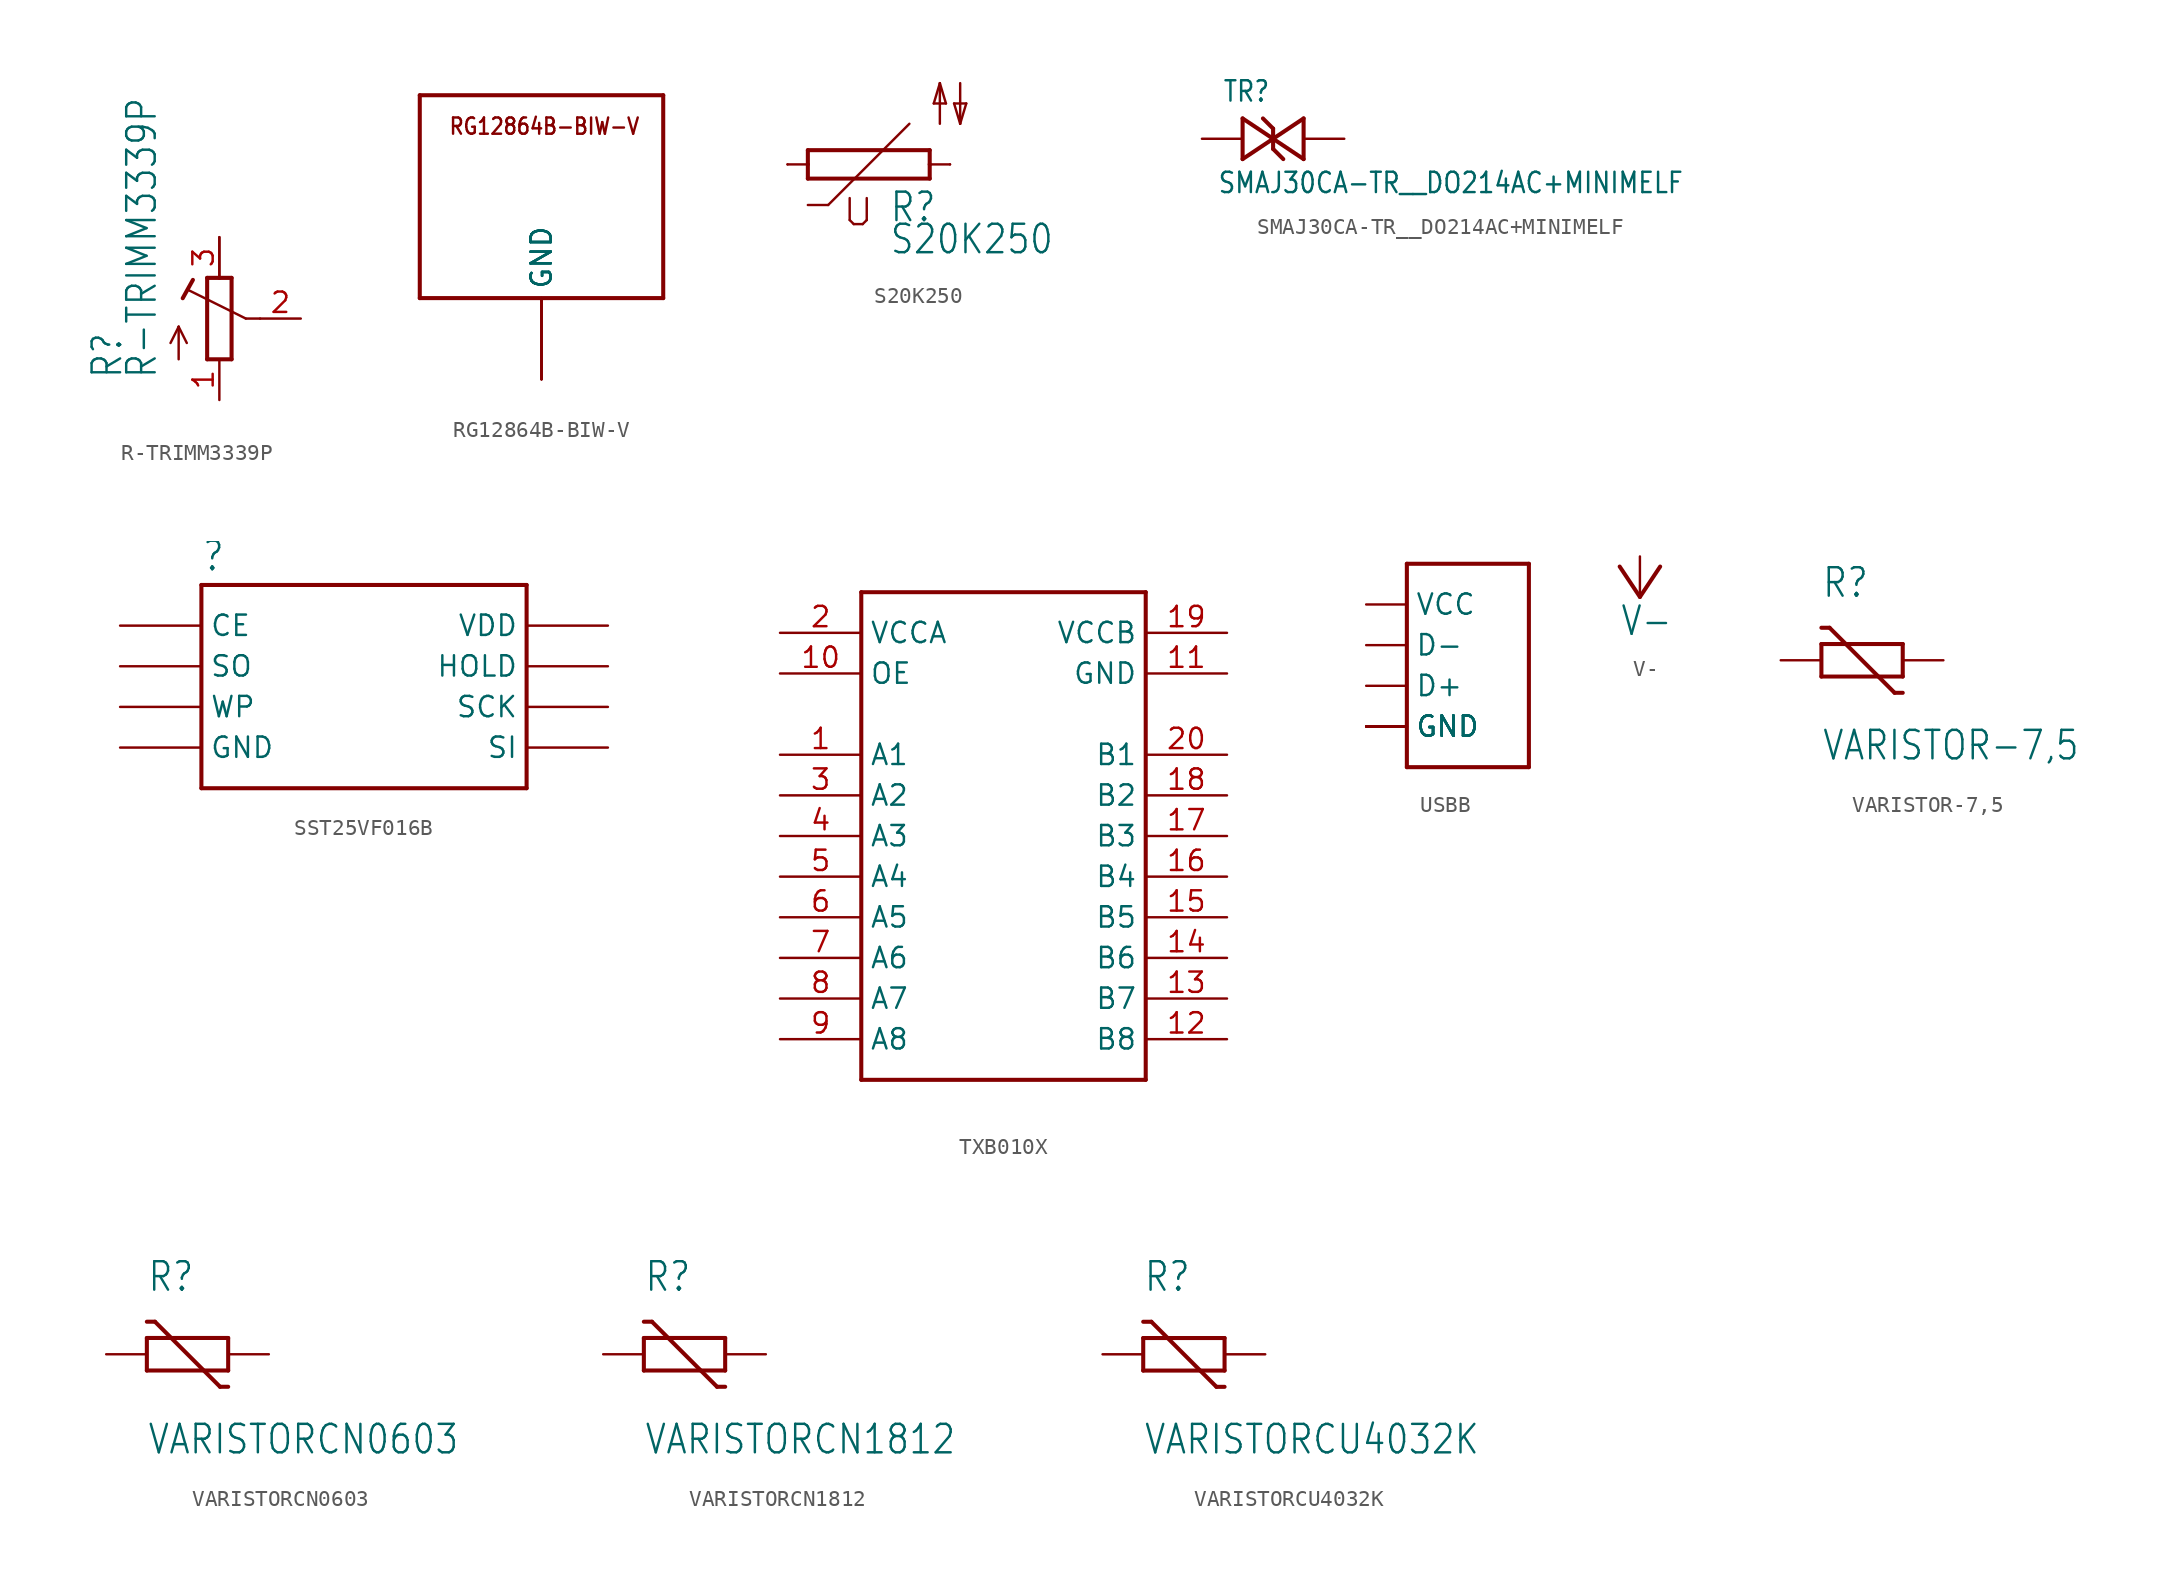
<source format=kicad_sym>
(kicad_symbol_lib
  (version 20211014)
  (generator kicad_symbol_editor)
  (symbol "R-TRIMM3339P"
    (property "Reference" "R"
      (at -5.969 -3.81 90)
      (effects (font (size 1.778 1.511)) (justify left bottom)))
    (property "Value" "R-TRIMM3339P"
      (at -3.81 -3.81 90)
      (effects (font (size 1.778 1.511)) (justify left bottom)))
    (property "ki_locked" ""
      (at 0 0 0)
      (effects (font (size 1.27 1.27))))
    (symbol "R-TRIMM3339P_1_0"
      (polyline (pts (xy -2.54 -2.54) (xy -2.54 -0.508)) (stroke (width 0.152) (type default) (color 0 0 0 0)) (fill (type none)))
      (polyline (pts (xy -2.54 -0.508) (xy -3.048 -1.524)) (stroke (width 0.152) (type default) (color 0 0 0 0)) (fill (type none)))
      (polyline (pts (xy -2.54 -0.508) (xy -2.032 -1.524)) (stroke (width 0.152) (type default) (color 0 0 0 0)) (fill (type none)))
      (polyline (pts (xy -2.286 1.27) (xy -1.651 2.413)) (stroke (width 0.254) (type default) (color 0 0 0 0)) (fill (type none)))
      (polyline (pts (xy -0.762 -2.54) (xy 0.762 -2.54)) (stroke (width 0.254) (type default) (color 0 0 0 0)) (fill (type none)))
      (polyline (pts (xy -0.762 2.54) (xy -0.762 -2.54)) (stroke (width 0.254) (type default) (color 0 0 0 0)) (fill (type none)))
      (polyline (pts (xy 0 2.54) (xy -0.762 2.54)) (stroke (width 0.254) (type default) (color 0 0 0 0)) (fill (type none)))
      (polyline (pts (xy 0 2.54) (xy 0 5.08)) (stroke (width 0.152) (type default) (color 0 0 0 0)) (fill (type none)))
      (polyline (pts (xy 0.762 -2.54) (xy 0.762 2.54)) (stroke (width 0.254) (type default) (color 0 0 0 0)) (fill (type none)))
      (polyline (pts (xy 0.762 2.54) (xy 0 2.54)) (stroke (width 0.254) (type default) (color 0 0 0 0)) (fill (type none)))
      (polyline (pts (xy 1.651 0) (xy -1.88 1.753)) (stroke (width 0.152) (type default) (color 0 0 0 0)) (fill (type none)))
      (polyline (pts (xy 2.54 0) (xy 1.651 0)) (stroke (width 0.152) (type default) (color 0 0 0 0)) (fill (type none)))
      (pin passive line (at 0 -5.08 90) (length 2.54) (name "A" (effects (font (size 0 0)))) (number "1" (effects (font (size 1.27 1.27)))))
      (pin passive line (at 5.08 0 180) (length 2.54) (name "S" (effects (font (size 0 0)))) (number "2" (effects (font (size 1.27 1.27)))))
      (pin passive line (at 0 5.08 270) (length 2.54) (name "E" (effects (font (size 0 0)))) (number "3" (effects (font (size 1.27 1.27)))))))
  (symbol "RG12864B-BIW-V"
    (property "Reference" ""
      (at 0 0 0)
      (effects (font (size 1.27 1.27)) hide))
    (property "ki_locked" ""
      (at 0 0 0)
      (effects (font (size 1.27 1.27))))
    (symbol "RG12864B-BIW-V_1_0"
      (polyline (pts (xy -7.62 -7.62) (xy 7.62 -7.62)) (stroke (width 0.254) (type default) (color 0 0 0 0)) (fill (type none)))
      (polyline (pts (xy -7.62 5.08) (xy -7.62 -7.62)) (stroke (width 0.254) (type default) (color 0 0 0 0)) (fill (type none)))
      (polyline (pts (xy 7.62 -7.62) (xy 7.62 5.08)) (stroke (width 0.254) (type default) (color 0 0 0 0)) (fill (type none)))
      (polyline (pts (xy 7.62 5.08) (xy -7.62 5.08)) (stroke (width 0.254) (type default) (color 0 0 0 0)) (fill (type none)))
      (text "RG12864B-BIW-V" (at -5.842 2.54 0) (effects (font (size 1.016 0.864)) (justify left bottom)))
      (pin bidirectional line (at 0 -12.7 90) (length 5.08) (name "GND" (effects (font (size 1.27 1.27)))) (number "P$1" (effects (font (size 0 0)))))
      (pin bidirectional line (at 0 -12.7 90) (length 5.08) (name "GND" (effects (font (size 1.27 1.27)))) (number "P$2" (effects (font (size 0 0)))))
      (pin bidirectional line (at 0 -12.7 90) (length 5.08) (name "GND" (effects (font (size 1.27 1.27)))) (number "P$3" (effects (font (size 0 0)))))
      (pin bidirectional line (at 0 -12.7 90) (length 5.08) (name "GND" (effects (font (size 1.27 1.27)))) (number "P$4" (effects (font (size 0 0)))))))
  (symbol "S20K250"
    (property "Reference" "R"
      (at 1.27 -3.708 0)
      (effects (font (size 1.778 1.511)) (justify left bottom)))
    (property "Value" "S20K250"
      (at 1.27 -5.715 0)
      (effects (font (size 1.778 1.511)) (justify left bottom)))
    (property "ki_locked" ""
      (at 0 0 0)
      (effects (font (size 1.27 1.27))))
    (symbol "S20K250_1_0"
      (polyline (pts (xy -5.08 0) (xy -3.81 0)) (stroke (width 0.152) (type default) (color 0 0 0 0)) (fill (type none)))
      (polyline (pts (xy -3.81 -0.889) (xy -3.81 0)) (stroke (width 0.254) (type default) (color 0 0 0 0)) (fill (type none)))
      (polyline (pts (xy -3.81 -0.889) (xy 3.81 -0.889)) (stroke (width 0.254) (type default) (color 0 0 0 0)) (fill (type none)))
      (polyline (pts (xy -3.81 0) (xy -3.81 0.889)) (stroke (width 0.254) (type default) (color 0 0 0 0)) (fill (type none)))
      (polyline (pts (xy -2.54 -2.54) (xy -3.81 -2.54)) (stroke (width 0.152) (type default) (color 0 0 0 0)) (fill (type none)))
      (polyline (pts (xy -1.194 -2.108) (xy -1.194 -3.48)) (stroke (width 0.152) (type default) (color 0 0 0 0)) (fill (type none)))
      (polyline (pts (xy -0.94 -3.734) (xy -1.194 -3.48)) (stroke (width 0.152) (type default) (color 0 0 0 0)) (fill (type none)))
      (polyline (pts (xy -0.94 -3.734) (xy -0.381 -3.734)) (stroke (width 0.152) (type default) (color 0 0 0 0)) (fill (type none)))
      (polyline (pts (xy -0.127 -3.48) (xy -0.381 -3.734)) (stroke (width 0.152) (type default) (color 0 0 0 0)) (fill (type none)))
      (polyline (pts (xy -0.127 -3.48) (xy -0.127 -2.108)) (stroke (width 0.152) (type default) (color 0 0 0 0)) (fill (type none)))
      (polyline (pts (xy 2.54 2.54) (xy -2.54 -2.54)) (stroke (width 0.152) (type default) (color 0 0 0 0)) (fill (type none)))
      (polyline (pts (xy 3.81 -0.889) (xy 3.81 0)) (stroke (width 0.254) (type default) (color 0 0 0 0)) (fill (type none)))
      (polyline (pts (xy 3.81 0) (xy 3.81 0.889)) (stroke (width 0.254) (type default) (color 0 0 0 0)) (fill (type none)))
      (polyline (pts (xy 3.81 0) (xy 5.08 0)) (stroke (width 0.152) (type default) (color 0 0 0 0)) (fill (type none)))
      (polyline (pts (xy 3.81 0.889) (xy -3.81 0.889)) (stroke (width 0.254) (type default) (color 0 0 0 0)) (fill (type none)))
      (polyline (pts (xy 4.064 3.81) (xy 4.445 5.08)) (stroke (width 0.152) (type default) (color 0 0 0 0)) (fill (type none)))
      (polyline (pts (xy 4.445 2.54) (xy 4.445 5.08)) (stroke (width 0.152) (type default) (color 0 0 0 0)) (fill (type none)))
      (polyline (pts (xy 4.445 5.08) (xy 4.826 3.81)) (stroke (width 0.152) (type default) (color 0 0 0 0)) (fill (type none)))
      (polyline (pts (xy 4.826 3.81) (xy 4.064 3.81)) (stroke (width 0.152) (type default) (color 0 0 0 0)) (fill (type none)))
      (polyline (pts (xy 5.334 3.81) (xy 5.715 2.54)) (stroke (width 0.152) (type default) (color 0 0 0 0)) (fill (type none)))
      (polyline (pts (xy 5.715 2.54) (xy 6.096 3.81)) (stroke (width 0.152) (type default) (color 0 0 0 0)) (fill (type none)))
      (polyline (pts (xy 5.715 5.08) (xy 5.715 2.54)) (stroke (width 0.152) (type default) (color 0 0 0 0)) (fill (type none)))
      (polyline (pts (xy 6.096 3.81) (xy 5.334 3.81)) (stroke (width 0.152) (type default) (color 0 0 0 0)) (fill (type none)))
      (pin passive line (at -5.08 0 0) (length 0) (name "1" (effects (font (size 0 0)))) (number "1" (effects (font (size 0 0)))))
      (pin passive line (at 5.08 0 180) (length 0) (name "2" (effects (font (size 0 0)))) (number "2" (effects (font (size 0 0)))))))
  (symbol "SMAJ30CA-TR__DO214AC+MINIMELF"
    (property "Reference" "TR"
      (at -3.175 2.223 0)
      (effects (font (size 1.27 1.079)) (justify left bottom)))
    (property "Value" "SMAJ30CA-TR__DO214AC+MINIMELF"
      (at -3.493 -3.493 0)
      (effects (font (size 1.27 1.079)) (justify left bottom)))
    (property "ki_locked" ""
      (at 0 0 0)
      (effects (font (size 1.27 1.27))))
    (symbol "SMAJ30CA-TR__DO214AC+MINIMELF_1_0"
      (polyline (pts (xy -1.905 -1.27) (xy -1.905 1.27)) (stroke (width 0.254) (type default) (color 0 0 0 0)) (fill (type none)))
      (polyline (pts (xy 0 -0.635) (xy 0.635 -1.27)) (stroke (width 0.254) (type default) (color 0 0 0 0)) (fill (type none)))
      (polyline (pts (xy 0 0) (xy -1.905 -1.27)) (stroke (width 0.254) (type default) (color 0 0 0 0)) (fill (type none)))
      (polyline (pts (xy 0 0) (xy -1.905 1.27)) (stroke (width 0.254) (type default) (color 0 0 0 0)) (fill (type none)))
      (polyline (pts (xy 0 0) (xy 0 -0.635)) (stroke (width 0.254) (type default) (color 0 0 0 0)) (fill (type none)))
      (polyline (pts (xy 0 0) (xy 0 0.635)) (stroke (width 0.254) (type default) (color 0 0 0 0)) (fill (type none)))
      (polyline (pts (xy 0 0) (xy 1.905 -1.27)) (stroke (width 0.254) (type default) (color 0 0 0 0)) (fill (type none)))
      (polyline (pts (xy 0 0) (xy 1.905 1.27)) (stroke (width 0.254) (type default) (color 0 0 0 0)) (fill (type none)))
      (polyline (pts (xy 0 0.635) (xy -0.635 1.27)) (stroke (width 0.254) (type default) (color 0 0 0 0)) (fill (type none)))
      (polyline (pts (xy 1.905 -1.27) (xy 1.905 1.27)) (stroke (width 0.254) (type default) (color 0 0 0 0)) (fill (type none)))
      (pin passive line (at -4.445 0 0) (length 2.54) (name "P$1" (effects (font (size 0 0)))) (number "P$1" (effects (font (size 0 0)))))
      (pin passive line (at 4.445 0 180) (length 2.54) (name "P$2" (effects (font (size 0 0)))) (number "P$2" (effects (font (size 0 0)))))))
  (symbol "SST25VF016B"
    (property "Reference" ""
      (at -10.16 5.842 0)
      (effects (font (size 1.778 1.511)) (justify left bottom)))
    (property "ki_locked" ""
      (at 0 0 0)
      (effects (font (size 1.27 1.27))))
    (symbol "SST25VF016B_1_0"
      (polyline (pts (xy -10.16 -7.62) (xy 10.16 -7.62)) (stroke (width 0.254) (type default) (color 0 0 0 0)) (fill (type none)))
      (polyline (pts (xy -10.16 5.08) (xy -10.16 -7.62)) (stroke (width 0.254) (type default) (color 0 0 0 0)) (fill (type none)))
      (polyline (pts (xy 10.16 -7.62) (xy 10.16 5.08)) (stroke (width 0.254) (type default) (color 0 0 0 0)) (fill (type none)))
      (polyline (pts (xy 10.16 5.08) (xy -10.16 5.08)) (stroke (width 0.254) (type default) (color 0 0 0 0)) (fill (type none)))
      (pin bidirectional line (at -15.24 2.54 0) (length 5.08) (name "CE" (effects (font (size 1.27 1.27)))) (number "1" (effects (font (size 0 0)))))
      (pin bidirectional line (at -15.24 0 0) (length 5.08) (name "SO" (effects (font (size 1.27 1.27)))) (number "2" (effects (font (size 0 0)))))
      (pin bidirectional line (at -15.24 -2.54 0) (length 5.08) (name "WP" (effects (font (size 1.27 1.27)))) (number "3" (effects (font (size 0 0)))))
      (pin bidirectional line (at -15.24 -5.08 0) (length 5.08) (name "GND" (effects (font (size 1.27 1.27)))) (number "4" (effects (font (size 0 0)))))
      (pin bidirectional line (at 15.24 -5.08 180) (length 5.08) (name "SI" (effects (font (size 1.27 1.27)))) (number "5" (effects (font (size 0 0)))))
      (pin bidirectional line (at 15.24 -2.54 180) (length 5.08) (name "SCK" (effects (font (size 1.27 1.27)))) (number "6" (effects (font (size 0 0)))))
      (pin bidirectional line (at 15.24 0 180) (length 5.08) (name "HOLD" (effects (font (size 1.27 1.27)))) (number "7" (effects (font (size 0 0)))))
      (pin bidirectional line (at 15.24 2.54 180) (length 5.08) (name "VDD" (effects (font (size 1.27 1.27)))) (number "8" (effects (font (size 0 0)))))))
  (symbol "TXB010X"
    (property "Reference" ""
      (at 0 0 0)
      (effects (font (size 1.27 1.27)) hide))
    (property "ki_locked" ""
      (at 0 0 0)
      (effects (font (size 1.27 1.27))))
    (symbol "TXB010X_1_0"
      (polyline (pts (xy -10.16 -27.94) (xy -10.16 2.54)) (stroke (width 0.254) (type default) (color 0 0 0 0)) (fill (type none)))
      (polyline (pts (xy -10.16 2.54) (xy 7.62 2.54)) (stroke (width 0.254) (type default) (color 0 0 0 0)) (fill (type none)))
      (polyline (pts (xy 7.62 -27.94) (xy -10.16 -27.94)) (stroke (width 0.254) (type default) (color 0 0 0 0)) (fill (type none)))
      (polyline (pts (xy 7.62 2.54) (xy 7.62 -27.94)) (stroke (width 0.254) (type default) (color 0 0 0 0)) (fill (type none)))
      (pin bidirectional line (at -15.24 -7.62 0) (length 5.08) (name "A1" (effects (font (size 1.27 1.27)))) (number "1" (effects (font (size 1.27 1.27)))))
      (pin bidirectional line (at -15.24 -2.54 0) (length 5.08) (name "OE" (effects (font (size 1.27 1.27)))) (number "10" (effects (font (size 1.27 1.27)))))
      (pin bidirectional line (at 12.7 -2.54 180) (length 5.08) (name "GND" (effects (font (size 1.27 1.27)))) (number "11" (effects (font (size 1.27 1.27)))))
      (pin bidirectional line (at 12.7 -25.4 180) (length 5.08) (name "B8" (effects (font (size 1.27 1.27)))) (number "12" (effects (font (size 1.27 1.27)))))
      (pin bidirectional line (at 12.7 -22.86 180) (length 5.08) (name "B7" (effects (font (size 1.27 1.27)))) (number "13" (effects (font (size 1.27 1.27)))))
      (pin bidirectional line (at 12.7 -20.32 180) (length 5.08) (name "B6" (effects (font (size 1.27 1.27)))) (number "14" (effects (font (size 1.27 1.27)))))
      (pin bidirectional line (at 12.7 -17.78 180) (length 5.08) (name "B5" (effects (font (size 1.27 1.27)))) (number "15" (effects (font (size 1.27 1.27)))))
      (pin bidirectional line (at 12.7 -15.24 180) (length 5.08) (name "B4" (effects (font (size 1.27 1.27)))) (number "16" (effects (font (size 1.27 1.27)))))
      (pin bidirectional line (at 12.7 -12.7 180) (length 5.08) (name "B3" (effects (font (size 1.27 1.27)))) (number "17" (effects (font (size 1.27 1.27)))))
      (pin bidirectional line (at 12.7 -10.16 180) (length 5.08) (name "B2" (effects (font (size 1.27 1.27)))) (number "18" (effects (font (size 1.27 1.27)))))
      (pin bidirectional line (at 12.7 0 180) (length 5.08) (name "VCCB" (effects (font (size 1.27 1.27)))) (number "19" (effects (font (size 1.27 1.27)))))
      (pin bidirectional line (at -15.24 0 0) (length 5.08) (name "VCCA" (effects (font (size 1.27 1.27)))) (number "2" (effects (font (size 1.27 1.27)))))
      (pin bidirectional line (at 12.7 -7.62 180) (length 5.08) (name "B1" (effects (font (size 1.27 1.27)))) (number "20" (effects (font (size 1.27 1.27)))))
      (pin bidirectional line (at -15.24 -10.16 0) (length 5.08) (name "A2" (effects (font (size 1.27 1.27)))) (number "3" (effects (font (size 1.27 1.27)))))
      (pin bidirectional line (at -15.24 -12.7 0) (length 5.08) (name "A3" (effects (font (size 1.27 1.27)))) (number "4" (effects (font (size 1.27 1.27)))))
      (pin bidirectional line (at -15.24 -15.24 0) (length 5.08) (name "A4" (effects (font (size 1.27 1.27)))) (number "5" (effects (font (size 1.27 1.27)))))
      (pin bidirectional line (at -15.24 -17.78 0) (length 5.08) (name "A5" (effects (font (size 1.27 1.27)))) (number "6" (effects (font (size 1.27 1.27)))))
      (pin bidirectional line (at -15.24 -20.32 0) (length 5.08) (name "A6" (effects (font (size 1.27 1.27)))) (number "7" (effects (font (size 1.27 1.27)))))
      (pin bidirectional line (at -15.24 -22.86 0) (length 5.08) (name "A7" (effects (font (size 1.27 1.27)))) (number "8" (effects (font (size 1.27 1.27)))))
      (pin bidirectional line (at -15.24 -25.4 0) (length 5.08) (name "A8" (effects (font (size 1.27 1.27)))) (number "9" (effects (font (size 1.27 1.27)))))))
  (symbol "USBB"
    (property "Reference" ""
      (at 0 0 0)
      (effects (font (size 1.27 1.27)) hide))
    (property "ki_locked" ""
      (at 0 0 0)
      (effects (font (size 1.27 1.27))))
    (symbol "USBB_1_0"
      (polyline (pts (xy -2.54 -5.08) (xy 5.08 -5.08)) (stroke (width 0.254) (type default) (color 0 0 0 0)) (fill (type none)))
      (polyline (pts (xy -2.54 7.62) (xy -2.54 -5.08)) (stroke (width 0.254) (type default) (color 0 0 0 0)) (fill (type none)))
      (polyline (pts (xy 5.08 -5.08) (xy 5.08 7.62)) (stroke (width 0.254) (type default) (color 0 0 0 0)) (fill (type none)))
      (polyline (pts (xy 5.08 7.62) (xy -2.54 7.62)) (stroke (width 0.254) (type default) (color 0 0 0 0)) (fill (type none)))
      (pin bidirectional line (at -5.08 0 0) (length 2.54) (name "D+" (effects (font (size 1.27 1.27)))) (number "D+" (effects (font (size 0 0)))))
      (pin bidirectional line (at -5.08 2.54 0) (length 2.54) (name "D-" (effects (font (size 1.27 1.27)))) (number "D-" (effects (font (size 0 0)))))
      (pin bidirectional line (at -5.08 -2.54 0) (length 2.54) (name "GND" (effects (font (size 1.27 1.27)))) (number "GND1" (effects (font (size 0 0)))))
      (pin bidirectional line (at -5.08 -2.54 0) (length 2.54) (name "GND" (effects (font (size 1.27 1.27)))) (number "GND2" (effects (font (size 0 0)))))
      (pin bidirectional line (at -5.08 -2.54 0) (length 2.54) (name "GND" (effects (font (size 1.27 1.27)))) (number "GND3" (effects (font (size 0 0)))))
      (pin bidirectional line (at -5.08 -2.54 0) (length 2.54) (name "GND" (effects (font (size 1.27 1.27)))) (number "GND4" (effects (font (size 0 0)))))
      (pin bidirectional line (at -5.08 -2.54 0) (length 2.54) (name "GND" (effects (font (size 1.27 1.27)))) (number "GND5" (effects (font (size 0 0)))))
      (pin bidirectional line (at -5.08 -2.54 0) (length 2.54) (name "GND" (effects (font (size 1.27 1.27)))) (number "GND6" (effects (font (size 0 0)))))
      (pin bidirectional line (at -5.08 5.08 0) (length 2.54) (name "VCC" (effects (font (size 1.27 1.27)))) (number "VCC" (effects (font (size 0 0)))))))
  (symbol "V-"
    (power)
    (property "Reference" "#SUPPLY"
      (at 0 0 0)
      (effects (font (size 1.27 1.27)) hide))
    (property "Value" "V-"
      (at -1.27 -2.54 0)
      (effects (font (size 1.778 1.511)) (justify left bottom)))
    (property "ki_locked" ""
      (at 0 0 0)
      (effects (font (size 1.27 1.27))))
    (symbol "V-_1_0"
      (polyline (pts (xy -1.27 1.905) (xy 0 0)) (stroke (width 0.254) (type default) (color 0 0 0 0)) (fill (type none)))
      (polyline (pts (xy 0 0) (xy 1.27 1.905)) (stroke (width 0.254) (type default) (color 0 0 0 0)) (fill (type none)))
      (pin power_in line (at 0 2.54 270) (length 2.54) (name "V-" (effects (font (size 0 0)))) (number "1" (effects (font (size 0 0)))))))
  (symbol "VARISTOR-7,5"
    (property "Reference" "R"
      (at -2.54 3.81 0)
      (effects (font (size 1.778 1.511)) (justify left bottom)))
    (property "Value" "VARISTOR-7,5"
      (at -2.54 -6.35 0)
      (effects (font (size 1.778 1.511)) (justify left bottom)))
    (property "ki_locked" ""
      (at 0 0 0)
      (effects (font (size 1.27 1.27))))
    (symbol "VARISTOR-7,5_1_0"
      (polyline (pts (xy -2.54 -1.016) (xy -2.54 1.016)) (stroke (width 0.254) (type default) (color 0 0 0 0)) (fill (type none)))
      (polyline (pts (xy -2.54 1.016) (xy 2.54 1.016)) (stroke (width 0.254) (type default) (color 0 0 0 0)) (fill (type none)))
      (polyline (pts (xy -2.032 2.032) (xy -2.54 2.032)) (stroke (width 0.254) (type default) (color 0 0 0 0)) (fill (type none)))
      (polyline (pts (xy 2.032 -2.032) (xy -2.032 2.032)) (stroke (width 0.254) (type default) (color 0 0 0 0)) (fill (type none)))
      (polyline (pts (xy 2.54 -2.032) (xy 2.032 -2.032)) (stroke (width 0.254) (type default) (color 0 0 0 0)) (fill (type none)))
      (polyline (pts (xy 2.54 -1.016) (xy -2.54 -1.016)) (stroke (width 0.254) (type default) (color 0 0 0 0)) (fill (type none)))
      (polyline (pts (xy 2.54 1.016) (xy 2.54 -1.016)) (stroke (width 0.254) (type default) (color 0 0 0 0)) (fill (type none)))
      (pin passive line (at 5.08 0 180) (length 2.54) (name "1" (effects (font (size 0 0)))) (number "1" (effects (font (size 0 0)))))
      (pin passive line (at -5.08 0 0) (length 2.54) (name "2" (effects (font (size 0 0)))) (number "2" (effects (font (size 0 0)))))))
  (symbol "VARISTORCN0603"
    (property "Reference" "R"
      (at -2.54 3.81 0)
      (effects (font (size 1.778 1.511)) (justify left bottom)))
    (property "Value" "VARISTORCN0603"
      (at -2.54 -6.35 0)
      (effects (font (size 1.778 1.511)) (justify left bottom)))
    (property "ki_locked" ""
      (at 0 0 0)
      (effects (font (size 1.27 1.27))))
    (symbol "VARISTORCN0603_1_0"
      (polyline (pts (xy -2.54 -1.016) (xy -2.54 1.016)) (stroke (width 0.254) (type default) (color 0 0 0 0)) (fill (type none)))
      (polyline (pts (xy -2.54 1.016) (xy 2.54 1.016)) (stroke (width 0.254) (type default) (color 0 0 0 0)) (fill (type none)))
      (polyline (pts (xy -2.032 2.032) (xy -2.54 2.032)) (stroke (width 0.254) (type default) (color 0 0 0 0)) (fill (type none)))
      (polyline (pts (xy 2.032 -2.032) (xy -2.032 2.032)) (stroke (width 0.254) (type default) (color 0 0 0 0)) (fill (type none)))
      (polyline (pts (xy 2.54 -2.032) (xy 2.032 -2.032)) (stroke (width 0.254) (type default) (color 0 0 0 0)) (fill (type none)))
      (polyline (pts (xy 2.54 -1.016) (xy -2.54 -1.016)) (stroke (width 0.254) (type default) (color 0 0 0 0)) (fill (type none)))
      (polyline (pts (xy 2.54 1.016) (xy 2.54 -1.016)) (stroke (width 0.254) (type default) (color 0 0 0 0)) (fill (type none)))
      (pin passive line (at 5.08 0 180) (length 2.54) (name "1" (effects (font (size 0 0)))) (number "1" (effects (font (size 0 0)))))
      (pin passive line (at -5.08 0 0) (length 2.54) (name "2" (effects (font (size 0 0)))) (number "2" (effects (font (size 0 0)))))))
  (symbol "VARISTORCN1812"
    (property "Reference" "R"
      (at -2.54 3.81 0)
      (effects (font (size 1.778 1.511)) (justify left bottom)))
    (property "Value" "VARISTORCN1812"
      (at -2.54 -6.35 0)
      (effects (font (size 1.778 1.511)) (justify left bottom)))
    (property "ki_locked" ""
      (at 0 0 0)
      (effects (font (size 1.27 1.27))))
    (symbol "VARISTORCN1812_1_0"
      (polyline (pts (xy -2.54 -1.016) (xy -2.54 1.016)) (stroke (width 0.254) (type default) (color 0 0 0 0)) (fill (type none)))
      (polyline (pts (xy -2.54 1.016) (xy 2.54 1.016)) (stroke (width 0.254) (type default) (color 0 0 0 0)) (fill (type none)))
      (polyline (pts (xy -2.032 2.032) (xy -2.54 2.032)) (stroke (width 0.254) (type default) (color 0 0 0 0)) (fill (type none)))
      (polyline (pts (xy 2.032 -2.032) (xy -2.032 2.032)) (stroke (width 0.254) (type default) (color 0 0 0 0)) (fill (type none)))
      (polyline (pts (xy 2.54 -2.032) (xy 2.032 -2.032)) (stroke (width 0.254) (type default) (color 0 0 0 0)) (fill (type none)))
      (polyline (pts (xy 2.54 -1.016) (xy -2.54 -1.016)) (stroke (width 0.254) (type default) (color 0 0 0 0)) (fill (type none)))
      (polyline (pts (xy 2.54 1.016) (xy 2.54 -1.016)) (stroke (width 0.254) (type default) (color 0 0 0 0)) (fill (type none)))
      (pin passive line (at 5.08 0 180) (length 2.54) (name "1" (effects (font (size 0 0)))) (number "1" (effects (font (size 0 0)))))
      (pin passive line (at -5.08 0 0) (length 2.54) (name "2" (effects (font (size 0 0)))) (number "2" (effects (font (size 0 0)))))))
  (symbol "VARISTORCU4032K"
    (property "Reference" "R"
      (at -2.54 3.81 0)
      (effects (font (size 1.778 1.511)) (justify left bottom)))
    (property "Value" "VARISTORCU4032K"
      (at -2.54 -6.35 0)
      (effects (font (size 1.778 1.511)) (justify left bottom)))
    (property "ki_locked" ""
      (at 0 0 0)
      (effects (font (size 1.27 1.27))))
    (symbol "VARISTORCU4032K_1_0"
      (polyline (pts (xy -2.54 -1.016) (xy -2.54 1.016)) (stroke (width 0.254) (type default) (color 0 0 0 0)) (fill (type none)))
      (polyline (pts (xy -2.54 1.016) (xy 2.54 1.016)) (stroke (width 0.254) (type default) (color 0 0 0 0)) (fill (type none)))
      (polyline (pts (xy -2.032 2.032) (xy -2.54 2.032)) (stroke (width 0.254) (type default) (color 0 0 0 0)) (fill (type none)))
      (polyline (pts (xy 2.032 -2.032) (xy -2.032 2.032)) (stroke (width 0.254) (type default) (color 0 0 0 0)) (fill (type none)))
      (polyline (pts (xy 2.54 -2.032) (xy 2.032 -2.032)) (stroke (width 0.254) (type default) (color 0 0 0 0)) (fill (type none)))
      (polyline (pts (xy 2.54 -1.016) (xy -2.54 -1.016)) (stroke (width 0.254) (type default) (color 0 0 0 0)) (fill (type none)))
      (polyline (pts (xy 2.54 1.016) (xy 2.54 -1.016)) (stroke (width 0.254) (type default) (color 0 0 0 0)) (fill (type none)))
      (pin passive line (at 5.08 0 180) (length 2.54) (name "1" (effects (font (size 0 0)))) (number "1" (effects (font (size 0 0)))))
      (pin passive line (at -5.08 0 0) (length 2.54) (name "2" (effects (font (size 0 0)))) (number "2" (effects (font (size 0 0))))))))
</source>
